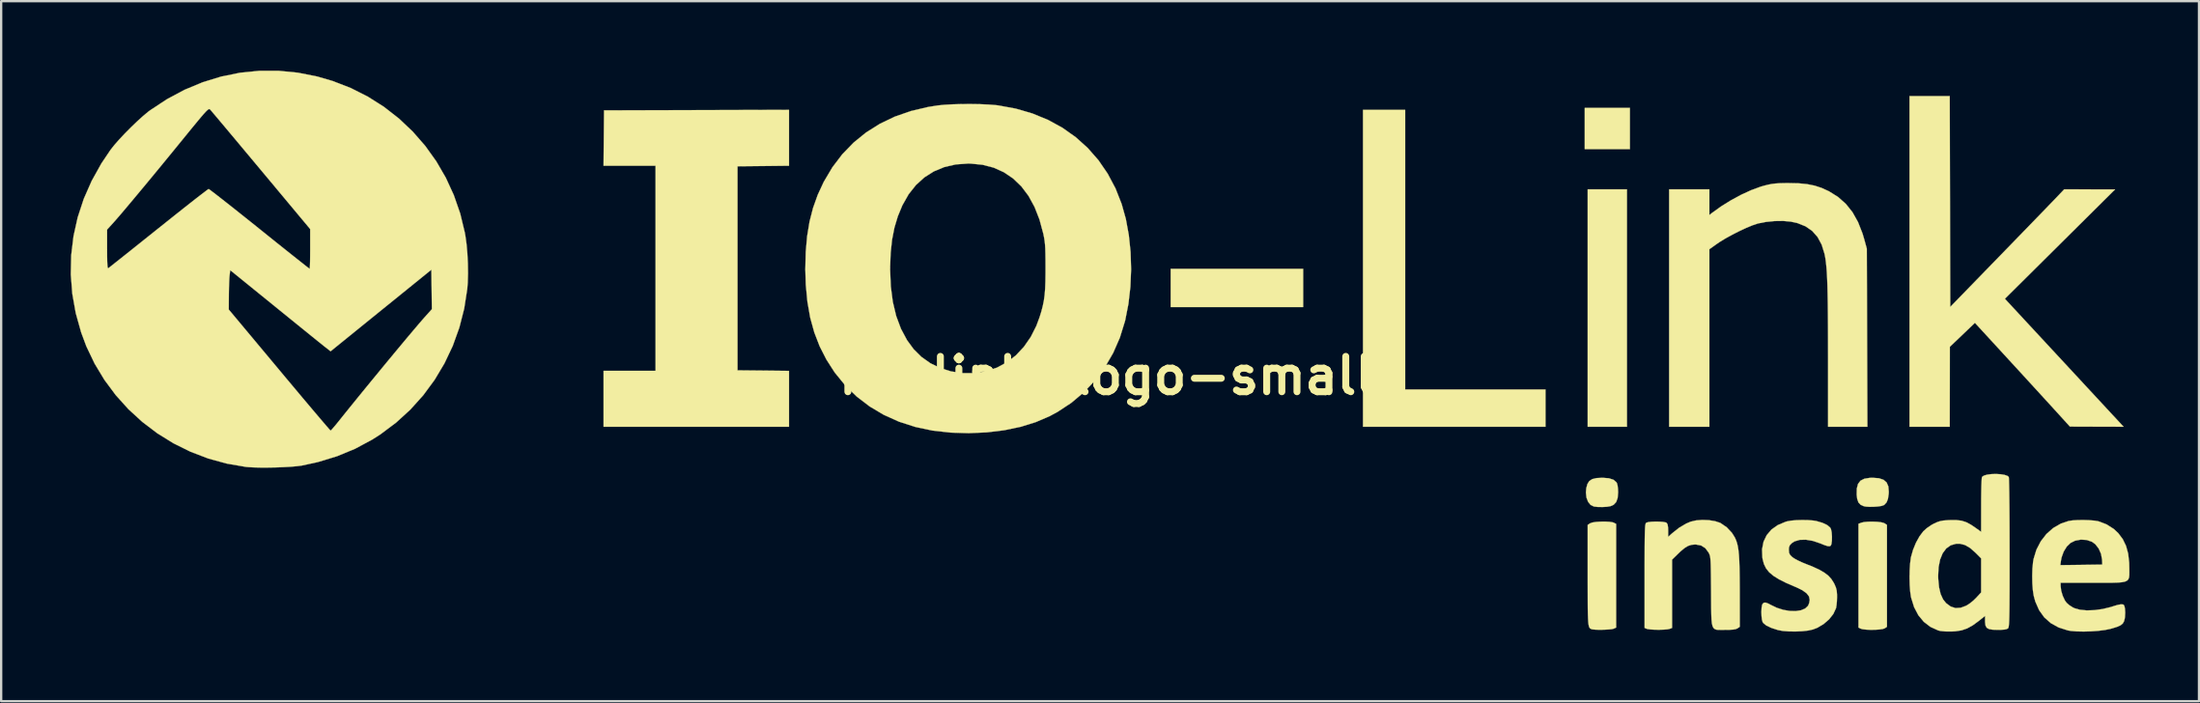
<source format=kicad_pcb>
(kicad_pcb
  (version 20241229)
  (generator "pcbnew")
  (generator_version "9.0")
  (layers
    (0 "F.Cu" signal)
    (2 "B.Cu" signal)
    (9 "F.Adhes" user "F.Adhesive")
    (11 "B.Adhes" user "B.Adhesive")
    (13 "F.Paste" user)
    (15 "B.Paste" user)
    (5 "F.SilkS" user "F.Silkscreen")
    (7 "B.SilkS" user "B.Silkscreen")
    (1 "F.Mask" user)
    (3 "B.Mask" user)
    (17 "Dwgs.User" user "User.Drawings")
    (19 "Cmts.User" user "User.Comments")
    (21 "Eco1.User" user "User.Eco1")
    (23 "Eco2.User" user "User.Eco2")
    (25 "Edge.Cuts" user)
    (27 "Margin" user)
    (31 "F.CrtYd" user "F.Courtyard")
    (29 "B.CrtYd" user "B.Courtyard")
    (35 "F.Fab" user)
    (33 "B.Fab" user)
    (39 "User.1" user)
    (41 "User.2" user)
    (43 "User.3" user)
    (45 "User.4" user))
  (footprint "io-link-logo-small"
    (layer "F.Cu")
    (at 44.708 13.163)
    (property "Reference" "io-link-logo-small" (at 0 0 0) (layer "F.SilkS") (effects (font (size 1.524 1.524) (thickness 0.3))))
    (attr through_hole)
    (fp_poly (pts (xy 8.467 -2.963) (xy 2.752 -2.963) (xy 2.752 -4.614) (xy 8.467 -4.614) (xy 8.467 -2.963)) (stroke (width 0.01) (type solid)) (fill yes) (layer "F.SilkS"))
    (fp_poly (pts (xy 22.437 2.201) (xy 20.743 2.201) (xy 20.743 -8.043) (xy 22.437 -8.043) (xy 22.437 2.201)) (stroke (width 0.01) (type solid)) (fill yes) (layer "F.SilkS"))
    (fp_poly (pts (xy 22.564 -9.779) (xy 20.616 -9.779) (xy 20.616 -11.557) (xy 22.564 -11.557) (xy 22.564 -9.779)) (stroke (width 0.01) (type solid)) (fill yes) (layer "F.SilkS"))
    (fp_poly (pts (xy 12.869 0.593) (xy 18.923 0.593) (xy 18.923 2.201) (xy 11.049 2.201) (xy 11.049 -11.472) (xy 12.869 -11.472) (xy 12.869 0.593)) (stroke (width 0.01) (type solid)) (fill yes) (layer "F.SilkS"))
    (fp_poly (pts (xy -13.716 -9.061) (xy -14.827 -9.049) (xy -15.938 -9.038) (xy -15.938 -0.233) (xy -14.827 -0.222) (xy -13.716 -0.21) (xy -13.716 2.201) (xy -21.717 2.201) (xy -21.717 -0.212) (xy -19.473 -0.212) (xy -19.473 -9.059) (xy -21.718 -9.059) (xy -21.707 -10.255) (xy -21.696 -11.451) (xy -17.706 -11.462) (xy -13.716 -11.473) (xy -13.716 -9.061)) (stroke (width 0.01) (type solid)) (fill yes) (layer "F.SilkS"))
    (fp_poly (pts (xy 33.233 6.303) (xy 33.404 6.323) (xy 33.524 6.354) (xy 33.548 6.366) (xy 33.655 6.437) (xy 33.655 10.833) (xy 33.561 10.898) (xy 33.474 10.928) (xy 33.326 10.949) (xy 33.142 10.961) (xy 32.945 10.963) (xy 32.758 10.955) (xy 32.607 10.937) (xy 32.523 10.913) (xy 32.427 10.867) (xy 32.427 6.39) (xy 32.544 6.343) (xy 32.667 6.314) (xy 32.84 6.298) (xy 33.037 6.295) (xy 33.233 6.303)) (stroke (width 0.01) (type solid)) (fill yes) (layer "F.SilkS"))
    (fp_poly (pts (xy 21.658 4.424) (xy 21.856 4.488) (xy 21.981 4.594) (xy 22.007 4.64) (xy 22.033 4.737) (xy 22.05 4.884) (xy 22.056 5.029) (xy 22.036 5.273) (xy 21.973 5.45) (xy 21.863 5.568) (xy 21.73 5.627) (xy 21.576 5.654) (xy 21.378 5.665) (xy 21.176 5.662) (xy 21.011 5.643) (xy 20.87 5.575) (xy 20.761 5.442) (xy 20.691 5.257) (xy 20.667 5.038) (xy 20.682 4.855) (xy 20.731 4.673) (xy 20.812 4.544) (xy 20.939 4.461) (xy 21.123 4.416) (xy 21.377 4.403) (xy 21.389 4.403) (xy 21.658 4.424)) (stroke (width 0.01) (type solid)) (fill yes) (layer "F.SilkS"))
    (fp_poly (pts (xy 33.309 4.423) (xy 33.507 4.489) (xy 33.641 4.605) (xy 33.715 4.776) (xy 33.734 5.008) (xy 33.729 5.103) (xy 33.698 5.314) (xy 33.641 5.461) (xy 33.549 5.563) (xy 33.515 5.586) (xy 33.421 5.618) (xy 33.27 5.641) (xy 33.09 5.654) (xy 32.906 5.657) (xy 32.747 5.647) (xy 32.657 5.63) (xy 32.515 5.565) (xy 32.423 5.464) (xy 32.371 5.311) (xy 32.35 5.128) (xy 32.355 4.864) (xy 32.408 4.666) (xy 32.514 4.528) (xy 32.682 4.444) (xy 32.916 4.406) (xy 33.041 4.403) (xy 33.309 4.423)) (stroke (width 0.01) (type solid)) (fill yes) (layer "F.SilkS"))
    (fp_poly (pts (xy 21.68 6.303) (xy 21.822 6.325) (xy 21.877 6.345) (xy 21.971 6.395) (xy 21.971 10.866) (xy 21.863 10.915) (xy 21.777 10.935) (xy 21.631 10.949) (xy 21.451 10.958) (xy 21.263 10.961) (xy 21.091 10.957) (xy 20.96 10.946) (xy 20.913 10.935) (xy 20.876 10.92) (xy 20.844 10.9) (xy 20.819 10.868) (xy 20.798 10.816) (xy 20.781 10.739) (xy 20.768 10.628) (xy 20.759 10.478) (xy 20.752 10.282) (xy 20.747 10.031) (xy 20.745 9.721) (xy 20.744 9.344) (xy 20.743 8.892) (xy 20.743 8.608) (xy 20.743 6.437) (xy 20.852 6.366) (xy 20.949 6.332) (xy 21.106 6.308) (xy 21.297 6.295) (xy 21.496 6.293) (xy 21.68 6.303)) (stroke (width 0.01) (type solid)) (fill yes) (layer "F.SilkS"))
    (fp_poly (pts (xy 36.375 -7.517) (xy 36.386 -2.969) (xy 38.481 -5.125) (xy 38.839 -5.493) (xy 39.188 -5.853) (xy 39.522 -6.197) (xy 39.835 -6.52) (xy 40.123 -6.817) (xy 40.378 -7.08) (xy 40.595 -7.305) (xy 40.768 -7.484) (xy 40.892 -7.612) (xy 40.939 -7.662) (xy 41.302 -8.043) (xy 42.4 -8.042) (xy 43.498 -8.04) (xy 41.12 -5.68) (xy 38.743 -3.321) (xy 40.607 -1.311) (xy 40.954 -0.937) (xy 41.303 -0.561) (xy 41.647 -0.19) (xy 41.977 0.166) (xy 42.287 0.501) (xy 42.569 0.805) (xy 42.816 1.071) (xy 43.02 1.291) (xy 43.167 1.45) (xy 43.864 2.201) (xy 42.707 2.198) (xy 41.55 2.194) (xy 40.831 1.403) (xy 40.644 1.198) (xy 40.41 0.942) (xy 40.14 0.647) (xy 39.844 0.324) (xy 39.533 -0.016) (xy 39.217 -0.36) (xy 38.907 -0.697) (xy 38.781 -0.835) (xy 37.451 -2.282) (xy 36.369 -1.249) (xy 36.367 0.476) (xy 36.364 2.201) (xy 34.629 2.201) (xy 34.629 -12.065) (xy 36.364 -12.065) (xy 36.375 -7.517)) (stroke (width 0.01) (type solid)) (fill yes) (layer "F.SilkS"))
    (fp_poly (pts (xy 29.848 -8.303) (xy 30.213 -8.267) (xy 30.536 -8.202) (xy 30.837 -8.104) (xy 31.136 -7.967) (xy 31.155 -7.958) (xy 31.546 -7.713) (xy 31.883 -7.414) (xy 32.169 -7.056) (xy 32.406 -6.633) (xy 32.599 -6.143) (xy 32.671 -5.902) (xy 32.786 -5.482) (xy 32.811 2.201) (xy 31.115 2.201) (xy 31.115 -0.794) (xy 31.114 -1.49) (xy 31.112 -2.108) (xy 31.108 -2.652) (xy 31.103 -3.129) (xy 31.095 -3.544) (xy 31.086 -3.904) (xy 31.074 -4.214) (xy 31.06 -4.479) (xy 31.042 -4.706) (xy 31.022 -4.9) (xy 30.999 -5.067) (xy 30.972 -5.212) (xy 30.961 -5.263) (xy 30.839 -5.656) (xy 30.663 -5.983) (xy 30.432 -6.246) (xy 30.144 -6.446) (xy 29.799 -6.585) (xy 29.506 -6.65) (xy 29.175 -6.679) (xy 28.805 -6.674) (xy 28.433 -6.637) (xy 28.098 -6.572) (xy 28.067 -6.563) (xy 27.85 -6.49) (xy 27.583 -6.379) (xy 27.289 -6.242) (xy 26.987 -6.089) (xy 26.699 -5.931) (xy 26.446 -5.777) (xy 26.321 -5.692) (xy 25.993 -5.459) (xy 25.993 2.201) (xy 24.257 2.201) (xy 24.257 -8.043) (xy 25.993 -8.043) (xy 25.993 -6.936) (xy 26.109 -7.026) (xy 26.501 -7.308) (xy 26.926 -7.572) (xy 27.365 -7.809) (xy 27.797 -8.007) (xy 28.201 -8.156) (xy 28.349 -8.199) (xy 28.528 -8.244) (xy 28.688 -8.275) (xy 28.851 -8.295) (xy 29.04 -8.307) (xy 29.279 -8.312) (xy 29.422 -8.312) (xy 29.848 -8.303)) (stroke (width 0.01) (type solid)) (fill yes) (layer "F.SilkS"))
    (fp_poly (pts (xy 25.976 6.233) (xy 26.241 6.276) (xy 26.458 6.348) (xy 26.48 6.359) (xy 26.745 6.541) (xy 26.969 6.781) (xy 27.094 6.982) (xy 27.145 7.096) (xy 27.187 7.22) (xy 27.221 7.363) (xy 27.248 7.534) (xy 27.269 7.741) (xy 27.284 7.994) (xy 27.294 8.302) (xy 27.3 8.673) (xy 27.303 9.116) (xy 27.304 9.322) (xy 27.305 10.833) (xy 27.211 10.898) (xy 27.137 10.932) (xy 27.019 10.953) (xy 26.842 10.963) (xy 26.686 10.964) (xy 26.533 10.966) (xy 26.407 10.967) (xy 26.307 10.959) (xy 26.23 10.933) (xy 26.172 10.884) (xy 26.13 10.802) (xy 26.102 10.68) (xy 26.085 10.51) (xy 26.076 10.284) (xy 26.072 9.996) (xy 26.07 9.636) (xy 26.068 9.313) (xy 26.064 8.917) (xy 26.061 8.595) (xy 26.057 8.34) (xy 26.052 8.142) (xy 26.045 7.992) (xy 26.036 7.88) (xy 26.024 7.798) (xy 26.008 7.736) (xy 25.987 7.684) (xy 25.962 7.635) (xy 25.959 7.629) (xy 25.819 7.44) (xy 25.638 7.325) (xy 25.414 7.282) (xy 25.387 7.281) (xy 25.224 7.295) (xy 25.076 7.342) (xy 24.924 7.434) (xy 24.751 7.578) (xy 24.649 7.676) (xy 24.384 7.935) (xy 24.384 10.882) (xy 24.275 10.923) (xy 24.175 10.943) (xy 24.018 10.955) (xy 23.829 10.96) (xy 23.634 10.958) (xy 23.459 10.948) (xy 23.331 10.931) (xy 23.294 10.921) (xy 23.199 10.882) (xy 23.199 8.643) (xy 23.199 8.144) (xy 23.2 7.724) (xy 23.201 7.376) (xy 23.204 7.091) (xy 23.208 6.865) (xy 23.213 6.69) (xy 23.219 6.559) (xy 23.227 6.466) (xy 23.238 6.405) (xy 23.25 6.367) (xy 23.264 6.348) (xy 23.343 6.319) (xy 23.48 6.301) (xy 23.651 6.293) (xy 23.829 6.295) (xy 23.99 6.307) (xy 24.108 6.329) (xy 24.149 6.348) (xy 24.19 6.415) (xy 24.21 6.541) (xy 24.215 6.678) (xy 24.215 6.953) (xy 24.375 6.808) (xy 24.681 6.564) (xy 24.991 6.38) (xy 25.181 6.299) (xy 25.418 6.243) (xy 25.692 6.222) (xy 25.976 6.233)) (stroke (width 0.01) (type solid)) (fill yes) (layer "F.SilkS"))
    (fp_poly (pts (xy 42.385 6.234) (xy 42.608 6.252) (xy 42.776 6.28) (xy 42.784 6.282) (xy 43.129 6.413) (xy 43.438 6.609) (xy 43.635 6.793) (xy 43.83 7.052) (xy 43.971 7.343) (xy 44.062 7.678) (xy 44.106 8.069) (xy 44.111 8.299) (xy 44.113 8.462) (xy 44.112 8.595) (xy 44.101 8.701) (xy 44.071 8.781) (xy 44.015 8.841) (xy 43.925 8.883) (xy 43.793 8.91) (xy 43.611 8.925) (xy 43.371 8.932) (xy 43.065 8.933) (xy 42.685 8.932) (xy 42.532 8.932) (xy 41.148 8.932) (xy 41.148 9.073) (xy 41.173 9.278) (xy 41.239 9.498) (xy 41.332 9.695) (xy 41.404 9.795) (xy 41.518 9.897) (xy 41.668 9.993) (xy 41.745 10.031) (xy 41.983 10.098) (xy 42.277 10.126) (xy 42.608 10.115) (xy 42.958 10.067) (xy 43.309 9.982) (xy 43.471 9.93) (xy 43.612 9.889) (xy 43.742 9.865) (xy 43.775 9.864) (xy 43.85 9.872) (xy 43.89 9.911) (xy 43.915 10.003) (xy 43.924 10.058) (xy 43.934 10.222) (xy 43.924 10.406) (xy 43.916 10.468) (xy 43.884 10.594) (xy 43.83 10.69) (xy 43.74 10.765) (xy 43.599 10.83) (xy 43.395 10.895) (xy 43.282 10.926) (xy 43.052 10.972) (xy 42.77 11.007) (xy 42.46 11.029) (xy 42.145 11.038) (xy 41.849 11.032) (xy 41.597 11.012) (xy 41.46 10.989) (xy 41.061 10.861) (xy 40.721 10.673) (xy 40.441 10.424) (xy 40.22 10.115) (xy 40.057 9.745) (xy 39.988 9.495) (xy 39.951 9.255) (xy 39.929 8.96) (xy 39.923 8.641) (xy 39.932 8.327) (xy 39.947 8.172) (xy 41.136 8.172) (xy 42.042 8.161) (xy 42.947 8.149) (xy 42.937 7.938) (xy 42.892 7.687) (xy 42.791 7.457) (xy 42.645 7.27) (xy 42.503 7.165) (xy 42.274 7.086) (xy 42.021 7.071) (xy 41.775 7.117) (xy 41.577 7.214) (xy 41.414 7.371) (xy 41.281 7.587) (xy 41.19 7.838) (xy 41.164 7.97) (xy 41.136 8.172) (xy 39.947 8.172) (xy 39.958 8.047) (xy 39.982 7.906) (xy 40.105 7.505) (xy 40.292 7.144) (xy 40.534 6.831) (xy 40.825 6.573) (xy 41.157 6.381) (xy 41.491 6.268) (xy 41.661 6.243) (xy 41.884 6.229) (xy 42.135 6.226) (xy 42.385 6.234)) (stroke (width 0.01) (type solid)) (fill yes) (layer "F.SilkS"))
    (fp_poly (pts (xy 30.241 6.23) (xy 30.46 6.246) (xy 30.603 6.268) (xy 30.874 6.347) (xy 31.076 6.442) (xy 31.203 6.549) (xy 31.239 6.614) (xy 31.269 6.755) (xy 31.282 6.938) (xy 31.279 7.123) (xy 31.258 7.27) (xy 31.258 7.271) (xy 31.23 7.331) (xy 31.179 7.358) (xy 31.092 7.35) (xy 30.954 7.305) (xy 30.779 7.234) (xy 30.459 7.126) (xy 30.16 7.075) (xy 29.894 7.081) (xy 29.671 7.146) (xy 29.55 7.223) (xy 29.464 7.313) (xy 29.427 7.413) (xy 29.422 7.514) (xy 29.433 7.643) (xy 29.48 7.737) (xy 29.566 7.822) (xy 29.668 7.892) (xy 29.824 7.976) (xy 30.011 8.062) (xy 30.127 8.109) (xy 30.472 8.248) (xy 30.746 8.375) (xy 30.96 8.5) (xy 31.127 8.629) (xy 31.256 8.771) (xy 31.36 8.934) (xy 31.392 8.996) (xy 31.453 9.139) (xy 31.487 9.275) (xy 31.5 9.44) (xy 31.501 9.553) (xy 31.495 9.735) (xy 31.479 9.904) (xy 31.458 10.025) (xy 31.456 10.032) (xy 31.341 10.28) (xy 31.157 10.513) (xy 30.92 10.717) (xy 30.645 10.878) (xy 30.463 10.948) (xy 30.26 10.994) (xy 30 11.023) (xy 29.712 11.036) (xy 29.424 11.032) (xy 29.162 11.012) (xy 28.956 10.974) (xy 28.666 10.88) (xy 28.453 10.779) (xy 28.321 10.672) (xy 28.29 10.626) (xy 28.261 10.519) (xy 28.243 10.363) (xy 28.238 10.186) (xy 28.246 10.02) (xy 28.267 9.894) (xy 28.28 9.861) (xy 28.336 9.797) (xy 28.417 9.787) (xy 28.538 9.831) (xy 28.631 9.882) (xy 28.9 10.012) (xy 29.179 10.101) (xy 29.456 10.149) (xy 29.716 10.156) (xy 29.945 10.121) (xy 30.128 10.044) (xy 30.25 9.928) (xy 30.299 9.812) (xy 30.323 9.675) (xy 30.323 9.669) (xy 30.293 9.524) (xy 30.19 9.389) (xy 30.01 9.258) (xy 29.751 9.13) (xy 29.695 9.107) (xy 29.31 8.941) (xy 29 8.786) (xy 28.757 8.634) (xy 28.572 8.478) (xy 28.439 8.311) (xy 28.348 8.125) (xy 28.292 7.915) (xy 28.28 7.844) (xy 28.267 7.487) (xy 28.33 7.164) (xy 28.466 6.879) (xy 28.671 6.638) (xy 28.944 6.444) (xy 29.28 6.303) (xy 29.358 6.281) (xy 29.523 6.252) (xy 29.744 6.233) (xy 29.993 6.226) (xy 30.241 6.23)) (stroke (width 0.01) (type solid)) (fill yes) (layer "F.SilkS"))
    (fp_poly (pts (xy 38.557 4.25) (xy 38.73 4.278) (xy 38.858 4.323) (xy 38.91 4.368) (xy 38.916 4.418) (xy 38.921 4.547) (xy 38.926 4.746) (xy 38.931 5.011) (xy 38.935 5.333) (xy 38.939 5.707) (xy 38.942 6.125) (xy 38.944 6.581) (xy 38.945 7.069) (xy 38.946 7.581) (xy 38.946 7.628) (xy 38.946 8.23) (xy 38.946 8.753) (xy 38.945 9.202) (xy 38.943 9.584) (xy 38.941 9.904) (xy 38.938 10.167) (xy 38.934 10.379) (xy 38.929 10.545) (xy 38.923 10.672) (xy 38.915 10.765) (xy 38.907 10.828) (xy 38.896 10.869) (xy 38.884 10.893) (xy 38.88 10.898) (xy 38.822 10.932) (xy 38.721 10.953) (xy 38.562 10.963) (xy 38.436 10.964) (xy 38.209 10.957) (xy 38.054 10.929) (xy 37.958 10.872) (xy 37.907 10.777) (xy 37.889 10.634) (xy 37.888 10.58) (xy 37.888 10.364) (xy 37.617 10.58) (xy 37.354 10.772) (xy 37.115 10.904) (xy 36.874 10.986) (xy 36.608 11.027) (xy 36.449 11.036) (xy 36.179 11.034) (xy 35.966 11.013) (xy 35.868 10.99) (xy 35.532 10.838) (xy 35.245 10.618) (xy 35.009 10.333) (xy 34.827 9.986) (xy 34.7 9.579) (xy 34.692 9.542) (xy 34.659 9.316) (xy 34.638 9.032) (xy 34.63 8.718) (xy 34.632 8.64) (xy 35.863 8.64) (xy 35.867 8.762) (xy 35.902 9.126) (xy 35.971 9.42) (xy 36.077 9.65) (xy 36.205 9.811) (xy 36.405 9.959) (xy 36.614 10.026) (xy 36.841 10.011) (xy 37.074 9.924) (xy 37.218 9.834) (xy 37.378 9.706) (xy 37.506 9.582) (xy 37.719 9.349) (xy 37.719 7.881) (xy 37.465 7.627) (xy 37.236 7.427) (xy 37.02 7.303) (xy 36.805 7.248) (xy 36.635 7.25) (xy 36.405 7.316) (xy 36.212 7.454) (xy 36.059 7.66) (xy 35.949 7.929) (xy 35.883 8.257) (xy 35.863 8.64) (xy 34.632 8.64) (xy 34.636 8.401) (xy 34.654 8.108) (xy 34.685 7.864) (xy 34.693 7.824) (xy 34.781 7.513) (xy 34.907 7.205) (xy 35.061 6.928) (xy 35.223 6.713) (xy 35.375 6.576) (xy 35.565 6.445) (xy 35.678 6.383) (xy 35.824 6.316) (xy 35.952 6.274) (xy 36.093 6.248) (xy 36.275 6.234) (xy 36.369 6.23) (xy 36.648 6.229) (xy 36.873 6.255) (xy 37.073 6.318) (xy 37.274 6.425) (xy 37.447 6.541) (xy 37.719 6.735) (xy 37.72 5.58) (xy 37.721 5.273) (xy 37.725 4.993) (xy 37.73 4.751) (xy 37.738 4.559) (xy 37.746 4.427) (xy 37.755 4.369) (xy 37.756 4.368) (xy 37.836 4.31) (xy 37.977 4.269) (xy 38.159 4.245) (xy 38.359 4.239) (xy 38.557 4.25)) (stroke (width 0.01) (type solid)) (fill yes) (layer "F.SilkS"))
    (fp_poly (pts (xy -5.484 -11.718) (xy -5.121 -11.702) (xy -4.809 -11.678) (xy -4.693 -11.665) (xy -3.93 -11.525) (xy -3.21 -11.315) (xy -2.537 -11.038) (xy -1.913 -10.696) (xy -1.342 -10.291) (xy -0.825 -9.825) (xy -0.365 -9.3) (xy 0.034 -8.719) (xy 0.371 -8.083) (xy 0.636 -7.411) (xy 0.817 -6.765) (xy 0.945 -6.069) (xy 1.021 -5.338) (xy 1.044 -4.59) (xy 1.013 -3.84) (xy 0.929 -3.105) (xy 0.791 -2.401) (xy 0.778 -2.349) (xy 0.56 -1.646) (xy 0.271 -0.985) (xy -0.086 -0.368) (xy -0.508 0.199) (xy -0.992 0.712) (xy -1.534 1.168) (xy -2.131 1.561) (xy -2.477 1.747) (xy -3.073 2.003) (xy -3.728 2.205) (xy -4.434 2.352) (xy -5.181 2.443) (xy -5.962 2.477) (xy -6.731 2.454) (xy -7.52 2.367) (xy -8.267 2.209) (xy -8.971 1.982) (xy -9.627 1.687) (xy -10.235 1.326) (xy -10.793 0.9) (xy -11.296 0.41) (xy -11.745 -0.142) (xy -12.103 -0.7) (xy -12.393 -1.269) (xy -12.625 -1.869) (xy -12.801 -2.507) (xy -12.922 -3.193) (xy -12.992 -3.932) (xy -13.012 -4.593) (xy -9.354 -4.593) (xy -9.325 -3.861) (xy -9.238 -3.19) (xy -9.092 -2.579) (xy -8.887 -2.028) (xy -8.624 -1.536) (xy -8.339 -1.147) (xy -8.004 -0.814) (xy -7.616 -0.54) (xy -7.186 -0.33) (xy -6.725 -0.187) (xy -6.241 -0.113) (xy -5.745 -0.112) (xy -5.248 -0.186) (xy -5.207 -0.195) (xy -4.744 -0.35) (xy -4.316 -0.579) (xy -3.928 -0.879) (xy -3.584 -1.245) (xy -3.287 -1.672) (xy -3.042 -2.157) (xy -2.908 -2.519) (xy -2.828 -2.775) (xy -2.767 -3.011) (xy -2.72 -3.242) (xy -2.687 -3.484) (xy -2.665 -3.754) (xy -2.653 -4.069) (xy -2.648 -4.443) (xy -2.648 -4.657) (xy -2.649 -4.996) (xy -2.653 -5.266) (xy -2.659 -5.481) (xy -2.67 -5.657) (xy -2.686 -5.808) (xy -2.708 -5.95) (xy -2.737 -6.097) (xy -2.744 -6.13) (xy -2.909 -6.74) (xy -3.122 -7.284) (xy -3.383 -7.761) (xy -3.691 -8.17) (xy -4.045 -8.51) (xy -4.442 -8.779) (xy -4.882 -8.978) (xy -5.364 -9.103) (xy -5.886 -9.155) (xy -5.99 -9.156) (xy -6.521 -9.118) (xy -7.014 -9.005) (xy -7.466 -8.818) (xy -7.875 -8.559) (xy -8.238 -8.23) (xy -8.554 -7.832) (xy -8.818 -7.366) (xy -8.829 -7.345) (xy -9.021 -6.879) (xy -9.168 -6.391) (xy -9.27 -5.869) (xy -9.331 -5.298) (xy -9.354 -4.666) (xy -9.354 -4.593) (xy -13.012 -4.593) (xy -12.994 -5.338) (xy -12.934 -6.02) (xy -12.83 -6.65) (xy -12.678 -7.242) (xy -12.477 -7.805) (xy -12.223 -8.353) (xy -12.212 -8.374) (xy -11.843 -8.996) (xy -11.415 -9.559) (xy -10.93 -10.059) (xy -10.39 -10.497) (xy -9.796 -10.871) (xy -9.151 -11.18) (xy -8.456 -11.422) (xy -7.713 -11.597) (xy -7.296 -11.663) (xy -7.009 -11.691) (xy -6.662 -11.711) (xy -6.277 -11.722) (xy -5.877 -11.724) (xy -5.484 -11.718)) (stroke (width 0.01) (type solid)) (fill yes) (layer "F.SilkS"))
    (fp_poly (pts (xy -34.905 -13.076) (xy -34.071 -12.911) (xy -33.41 -12.719) (xy -32.627 -12.416) (xy -31.886 -12.042) (xy -31.19 -11.601) (xy -30.544 -11.097) (xy -29.95 -10.535) (xy -29.412 -9.919) (xy -28.935 -9.253) (xy -28.522 -8.542) (xy -28.177 -7.79) (xy -27.903 -7.002) (xy -27.705 -6.182) (xy -27.681 -6.054) (xy -27.631 -5.694) (xy -27.594 -5.283) (xy -27.572 -4.848) (xy -27.566 -4.417) (xy -27.577 -4.019) (xy -27.598 -3.747) (xy -27.73 -2.899) (xy -27.94 -2.078) (xy -28.224 -1.289) (xy -28.581 -0.536) (xy -29.006 0.176) (xy -29.498 0.843) (xy -30.053 1.46) (xy -30.668 2.022) (xy -31.341 2.526) (xy -31.708 2.76) (xy -32.44 3.152) (xy -33.219 3.474) (xy -34.045 3.725) (xy -34.734 3.875) (xy -34.937 3.902) (xy -35.204 3.925) (xy -35.516 3.943) (xy -35.853 3.956) (xy -36.197 3.962) (xy -36.526 3.962) (xy -36.822 3.955) (xy -37.065 3.941) (xy -37.148 3.933) (xy -37.972 3.791) (xy -38.772 3.572) (xy -39.54 3.278) (xy -40.274 2.915) (xy -40.968 2.485) (xy -41.618 1.992) (xy -42.219 1.441) (xy -42.765 0.835) (xy -43.253 0.178) (xy -43.677 -0.526) (xy -44.034 -1.273) (xy -44.257 -1.872) (xy -44.489 -2.702) (xy -44.517 -2.857) (xy -37.888 -2.857) (xy -35.705 -0.243) (xy -35.366 0.163) (xy -35.042 0.549) (xy -34.738 0.912) (xy -34.457 1.245) (xy -34.204 1.545) (xy -33.983 1.805) (xy -33.798 2.022) (xy -33.653 2.191) (xy -33.553 2.306) (xy -33.5 2.363) (xy -33.494 2.368) (xy -33.458 2.336) (xy -33.381 2.249) (xy -33.272 2.12) (xy -33.142 1.961) (xy -33.105 1.914) (xy -32.863 1.612) (xy -32.592 1.277) (xy -32.299 0.916) (xy -31.99 0.537) (xy -31.671 0.148) (xy -31.349 -0.244) (xy -31.03 -0.631) (xy -30.72 -1.005) (xy -30.426 -1.358) (xy -30.155 -1.683) (xy -29.912 -1.971) (xy -29.704 -2.216) (xy -29.538 -2.409) (xy -29.435 -2.526) (xy -29.124 -2.872) (xy -29.135 -3.724) (xy -29.146 -4.576) (xy -31.321 -2.816) (xy -33.495 -1.055) (xy -33.712 -1.226) (xy -33.785 -1.283) (xy -33.916 -1.389) (xy -34.101 -1.537) (xy -34.331 -1.723) (xy -34.6 -1.941) (xy -34.902 -2.185) (xy -35.23 -2.451) (xy -35.578 -2.733) (xy -35.877 -2.976) (xy -37.825 -4.555) (xy -37.852 -4.341) (xy -37.863 -4.221) (xy -37.872 -4.038) (xy -37.879 -3.815) (xy -37.883 -3.572) (xy -37.884 -3.493) (xy -37.888 -2.857) (xy -44.517 -2.857) (xy -44.638 -3.537) (xy -44.703 -4.371) (xy -44.685 -5.202) (xy -44.586 -6.024) (xy -44.523 -6.306) (xy -43.138 -6.306) (xy -43.138 -5.458) (xy -43.137 -5.16) (xy -43.133 -4.938) (xy -43.126 -4.784) (xy -43.116 -4.689) (xy -43.102 -4.645) (xy -43.085 -4.641) (xy -43.043 -4.672) (xy -42.941 -4.752) (xy -42.785 -4.876) (xy -42.579 -5.039) (xy -42.331 -5.236) (xy -42.045 -5.464) (xy -41.727 -5.718) (xy -41.383 -5.993) (xy -41.019 -6.284) (xy -40.917 -6.365) (xy -40.549 -6.659) (xy -40.2 -6.937) (xy -39.875 -7.195) (xy -39.58 -7.427) (xy -39.322 -7.63) (xy -39.105 -7.798) (xy -38.935 -7.928) (xy -38.819 -8.016) (xy -38.761 -8.055) (xy -38.756 -8.057) (xy -38.716 -8.032) (xy -38.616 -7.957) (xy -38.46 -7.838) (xy -38.256 -7.679) (xy -38.009 -7.485) (xy -37.723 -7.26) (xy -37.406 -7.008) (xy -37.062 -6.734) (xy -36.697 -6.442) (xy -36.565 -6.336) (xy -36.195 -6.039) (xy -35.845 -5.758) (xy -35.519 -5.498) (xy -35.224 -5.263) (xy -34.965 -5.057) (xy -34.748 -4.886) (xy -34.579 -4.752) (xy -34.462 -4.661) (xy -34.404 -4.618) (xy -34.398 -4.614) (xy -34.391 -4.655) (xy -34.385 -4.767) (xy -34.38 -4.939) (xy -34.377 -5.157) (xy -34.375 -5.41) (xy -34.375 -5.472) (xy -34.375 -6.329) (xy -36.495 -8.869) (xy -36.831 -9.271) (xy -37.153 -9.656) (xy -37.455 -10.018) (xy -37.735 -10.352) (xy -37.987 -10.653) (xy -38.207 -10.915) (xy -38.392 -11.135) (xy -38.536 -11.305) (xy -38.635 -11.423) (xy -38.686 -11.481) (xy -38.69 -11.486) (xy -38.71 -11.503) (xy -38.734 -11.507) (xy -38.767 -11.495) (xy -38.813 -11.459) (xy -38.879 -11.395) (xy -38.968 -11.297) (xy -39.087 -11.159) (xy -39.24 -10.976) (xy -39.432 -10.743) (xy -39.668 -10.454) (xy -39.879 -10.195) (xy -40.27 -9.716) (xy -40.652 -9.249) (xy -41.022 -8.799) (xy -41.374 -8.373) (xy -41.704 -7.976) (xy -42.006 -7.614) (xy -42.276 -7.292) (xy -42.508 -7.017) (xy -42.699 -6.795) (xy -42.843 -6.631) (xy -42.877 -6.593) (xy -43.138 -6.306) (xy -44.523 -6.306) (xy -44.405 -6.836) (xy -44.144 -7.632) (xy -43.802 -8.409) (xy -43.381 -9.164) (xy -42.989 -9.747) (xy -42.826 -9.953) (xy -42.613 -10.196) (xy -42.366 -10.459) (xy -42.1 -10.727) (xy -41.833 -10.983) (xy -41.581 -11.211) (xy -41.359 -11.396) (xy -41.285 -11.451) (xy -40.551 -11.935) (xy -39.791 -12.34) (xy -39.01 -12.665) (xy -38.21 -12.91) (xy -37.396 -13.075) (xy -36.571 -13.157) (xy -35.74 -13.158) (xy -34.905 -13.076)) (stroke (width 0.01) (type solid)) (fill yes) (layer "F.SilkS")))
  (gr_rect
    (start -3 -3)
    (end 91.826 27.206)
    (stroke (width 0.1) (type default))
    (fill no)
    (layer "Edge.Cuts")))
</source>
